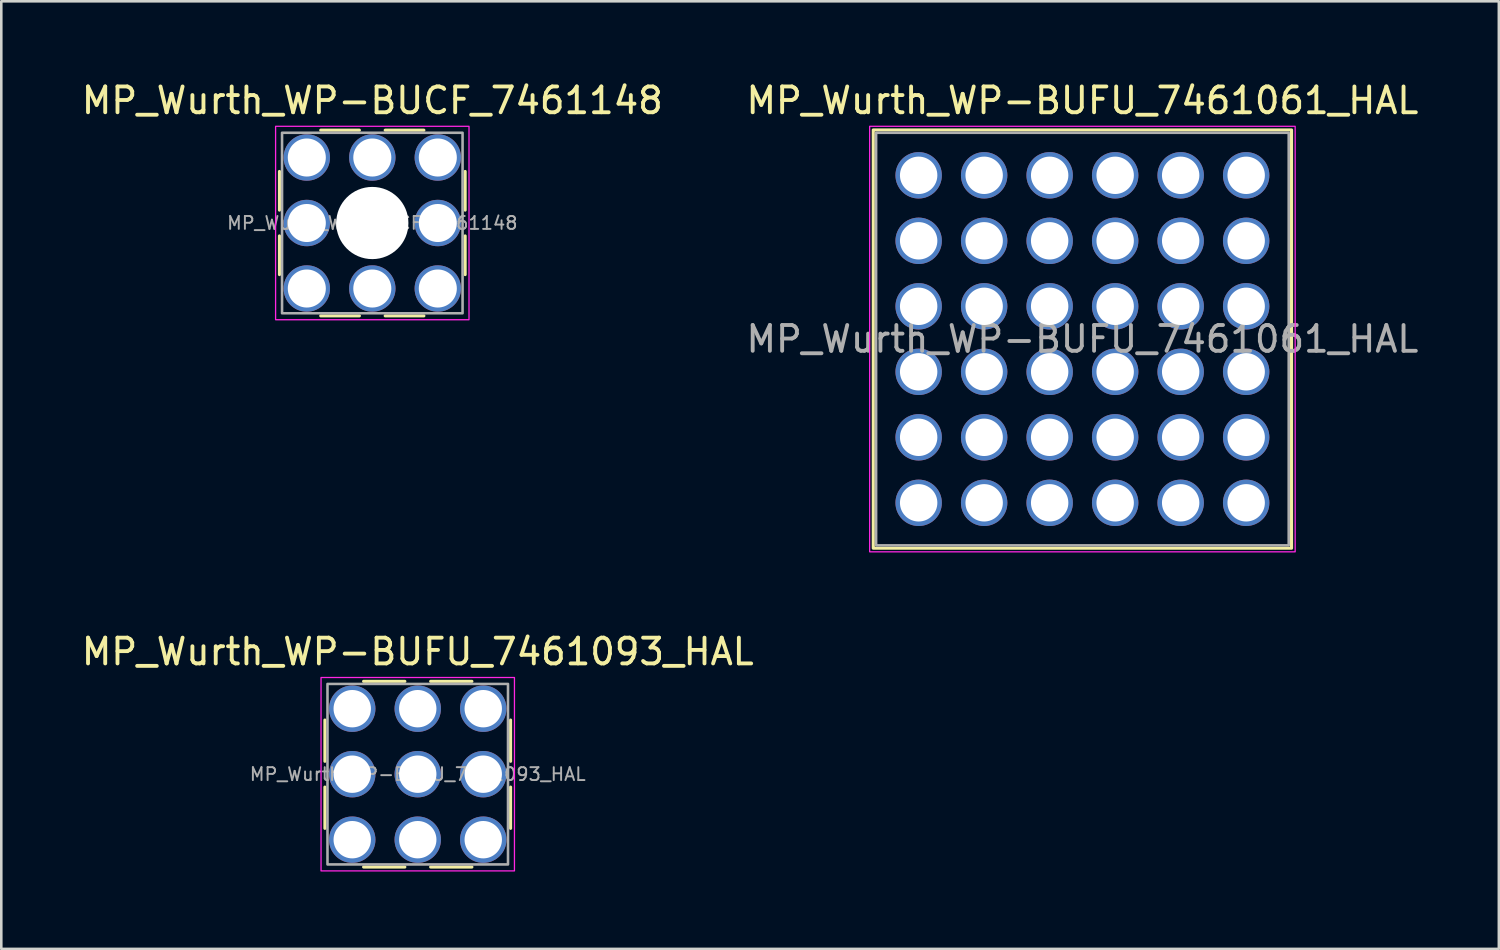
<source format=kicad_pcb>
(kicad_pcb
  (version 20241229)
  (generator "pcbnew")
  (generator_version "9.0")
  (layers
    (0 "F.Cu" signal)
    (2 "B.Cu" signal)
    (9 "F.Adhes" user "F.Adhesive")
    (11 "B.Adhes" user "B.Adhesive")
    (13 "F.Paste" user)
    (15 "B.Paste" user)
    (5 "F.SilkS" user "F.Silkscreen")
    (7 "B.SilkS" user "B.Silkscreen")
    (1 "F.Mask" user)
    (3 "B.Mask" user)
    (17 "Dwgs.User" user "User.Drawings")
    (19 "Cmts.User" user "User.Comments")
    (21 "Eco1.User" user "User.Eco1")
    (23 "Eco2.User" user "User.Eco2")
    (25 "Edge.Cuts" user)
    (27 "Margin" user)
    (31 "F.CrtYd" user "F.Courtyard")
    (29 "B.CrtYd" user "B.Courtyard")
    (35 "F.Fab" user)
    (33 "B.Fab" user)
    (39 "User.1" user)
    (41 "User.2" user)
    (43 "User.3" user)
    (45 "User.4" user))
  (footprint "MP_Wurth_WP-BUFU_7461061_HAL"
    (layer "F.Cu")
    (at 38.923 10.098)
    (property "Reference" "MP_Wurth_WP-BUFU_7461061_HAL" (at 0 -9.25 0) (unlocked yes) (layer "F.SilkS") (effects (font (size 1 1) (thickness 0.15))))
    (attr through_hole)
    (fp_rect (start -8.11 -8.11) (end 8.11 8.11) (stroke (width 0.12) (type solid)) (fill no) (layer "F.SilkS"))
    (fp_rect (start -8.25 -8.25) (end 8.25 8.25) (stroke (width 0.05) (type solid)) (fill no) (layer "F.CrtYd"))
    (fp_rect (start -8 -8) (end 8 8) (stroke (width 0.1) (type solid)) (fill no) (layer "F.Fab"))
    (fp_text user "${REFERENCE}" (at 0 0 0) (unlocked yes) (layer "F.Fab") (effects (font (size 1 1) (thickness 0.15))))
    (pad "1" thru_hole circle (at -6.35 -6.35) (size 1.8 1.8) (drill 1.45) (layers "*.Cu" "*.Mask"))
    (pad "1" thru_hole circle (at -6.35 -3.81) (size 1.8 1.8) (drill 1.45) (layers "*.Cu" "*.Mask"))
    (pad "1" thru_hole circle (at -6.35 -1.27) (size 1.8 1.8) (drill 1.45) (layers "*.Cu" "*.Mask"))
    (pad "1" thru_hole circle (at -6.35 1.27) (size 1.8 1.8) (drill 1.45) (layers "*.Cu" "*.Mask"))
    (pad "1" thru_hole circle (at -6.35 3.81) (size 1.8 1.8) (drill 1.45) (layers "*.Cu" "*.Mask"))
    (pad "1" thru_hole circle (at -6.35 6.35) (size 1.8 1.8) (drill 1.45) (layers "*.Cu" "*.Mask"))
    (pad "1" thru_hole circle (at -3.81 -6.35) (size 1.8 1.8) (drill 1.45) (layers "*.Cu" "*.Mask"))
    (pad "1" thru_hole circle (at -3.81 -3.81) (size 1.8 1.8) (drill 1.45) (layers "*.Cu" "*.Mask"))
    (pad "1" thru_hole circle (at -3.81 -1.27) (size 1.8 1.8) (drill 1.45) (layers "*.Cu" "*.Mask"))
    (pad "1" thru_hole circle (at -3.81 1.27) (size 1.8 1.8) (drill 1.45) (layers "*.Cu" "*.Mask"))
    (pad "1" thru_hole circle (at -3.81 3.81) (size 1.8 1.8) (drill 1.45) (layers "*.Cu" "*.Mask"))
    (pad "1" thru_hole circle (at -3.81 6.35) (size 1.8 1.8) (drill 1.45) (layers "*.Cu" "*.Mask"))
    (pad "1" thru_hole circle (at -1.27 -6.35) (size 1.8 1.8) (drill 1.45) (layers "*.Cu" "*.Mask"))
    (pad "1" thru_hole circle (at -1.27 -3.81) (size 1.8 1.8) (drill 1.45) (layers "*.Cu" "*.Mask"))
    (pad "1" thru_hole circle (at -1.27 -1.27) (size 1.8 1.8) (drill 1.45) (layers "*.Cu" "*.Mask"))
    (pad "1" thru_hole circle (at -1.27 1.27) (size 1.8 1.8) (drill 1.45) (layers "*.Cu" "*.Mask"))
    (pad "1" thru_hole circle (at -1.27 3.81) (size 1.8 1.8) (drill 1.45) (layers "*.Cu" "*.Mask"))
    (pad "1" thru_hole circle (at -1.27 6.35) (size 1.8 1.8) (drill 1.45) (layers "*.Cu" "*.Mask"))
    (pad "1" thru_hole circle (at 1.27 -6.35) (size 1.8 1.8) (drill 1.45) (layers "*.Cu" "*.Mask"))
    (pad "1" thru_hole circle (at 1.27 -3.81) (size 1.8 1.8) (drill 1.45) (layers "*.Cu" "*.Mask"))
    (pad "1" thru_hole circle (at 1.27 -1.27) (size 1.8 1.8) (drill 1.45) (layers "*.Cu" "*.Mask"))
    (pad "1" thru_hole circle (at 1.27 1.27) (size 1.8 1.8) (drill 1.45) (layers "*.Cu" "*.Mask"))
    (pad "1" thru_hole circle (at 1.27 3.81) (size 1.8 1.8) (drill 1.45) (layers "*.Cu" "*.Mask"))
    (pad "1" thru_hole circle (at 1.27 6.35) (size 1.8 1.8) (drill 1.45) (layers "*.Cu" "*.Mask"))
    (pad "1" thru_hole circle (at 3.81 -6.35) (size 1.8 1.8) (drill 1.45) (layers "*.Cu" "*.Mask"))
    (pad "1" thru_hole circle (at 3.81 -3.81) (size 1.8 1.8) (drill 1.45) (layers "*.Cu" "*.Mask"))
    (pad "1" thru_hole circle (at 3.81 -1.27) (size 1.8 1.8) (drill 1.45) (layers "*.Cu" "*.Mask"))
    (pad "1" thru_hole circle (at 3.81 1.27) (size 1.8 1.8) (drill 1.45) (layers "*.Cu" "*.Mask"))
    (pad "1" thru_hole circle (at 3.81 3.81) (size 1.8 1.8) (drill 1.45) (layers "*.Cu" "*.Mask"))
    (pad "1" thru_hole circle (at 3.81 6.35) (size 1.8 1.8) (drill 1.45) (layers "*.Cu" "*.Mask"))
    (pad "1" thru_hole circle (at 6.35 -6.35) (size 1.8 1.8) (drill 1.45) (layers "*.Cu" "*.Mask"))
    (pad "1" thru_hole circle (at 6.35 -3.81) (size 1.8 1.8) (drill 1.45) (layers "*.Cu" "*.Mask"))
    (pad "1" thru_hole circle (at 6.35 -1.27) (size 1.8 1.8) (drill 1.45) (layers "*.Cu" "*.Mask"))
    (pad "1" thru_hole circle (at 6.35 1.27) (size 1.8 1.8) (drill 1.45) (layers "*.Cu" "*.Mask"))
    (pad "1" thru_hole circle (at 6.35 3.81) (size 1.8 1.8) (drill 1.45) (layers "*.Cu" "*.Mask"))
    (pad "1" thru_hole circle (at 6.35 6.35) (size 1.8 1.8) (drill 1.45) (layers "*.Cu" "*.Mask")))
  (footprint "MP_Wurth_WP-BUCF_7461148"
    (layer "F.Cu")
    (at 11.387 5.598)
    (property "Reference" "MP_Wurth_WP-BUCF_7461148" (at 0 -4.75 0) (unlocked yes) (layer "F.SilkS") (effects (font (size 1 1) (thickness 0.15))))
    (attr through_hole)
    (fp_line (start -3.6 -0.5) (end -3.6 -2) (stroke (width 0.12) (type solid)) (layer "F.SilkS"))
    (fp_line (start -3.6 2) (end -3.6 0.5) (stroke (width 0.12) (type solid)) (layer "F.SilkS"))
    (fp_line (start -2 -3.6) (end -0.5 -3.6) (stroke (width 0.12) (type solid)) (layer "F.SilkS"))
    (fp_line (start -0.5 3.6) (end -2 3.6) (stroke (width 0.12) (type solid)) (layer "F.SilkS"))
    (fp_line (start 0.5 -3.6) (end 2 -3.6) (stroke (width 0.12) (type solid)) (layer "F.SilkS"))
    (fp_line (start 2 3.6) (end 0.5 3.6) (stroke (width 0.12) (type solid)) (layer "F.SilkS"))
    (fp_line (start 3.6 -2) (end 3.6 -0.5) (stroke (width 0.12) (type solid)) (layer "F.SilkS"))
    (fp_line (start 3.6 0.5) (end 3.6 2) (stroke (width 0.12) (type solid)) (layer "F.SilkS"))
    (fp_rect (start -3.75 -3.75) (end 3.75 3.75) (stroke (width 0.05) (type solid)) (fill no) (layer "F.CrtYd"))
    (fp_rect (start -3.5 -3.5) (end 3.5 3.5) (stroke (width 0.1) (type solid)) (fill no) (layer "F.Fab"))
    (fp_text user "${REFERENCE}" (at 0 0 0) (unlocked yes) (layer "F.Fab") (effects (font (size 0.5 0.5) (thickness 0.075))))
    (pad "" np_thru_hole circle (at 0 0) (size 2.8 2.8) (drill 2.8) (layers "*.Cu" "*.Mask"))
    (pad "1" thru_hole circle (at -2.54 -2.54) (size 1.8 1.8) (drill 1.475) (layers "*.Cu" "*.Mask"))
    (pad "1" thru_hole circle (at -2.54 0) (size 1.8 1.8) (drill 1.475) (layers "*.Cu" "*.Mask"))
    (pad "1" thru_hole circle (at -2.54 2.54) (size 1.8 1.8) (drill 1.475) (layers "*.Cu" "*.Mask"))
    (pad "1" thru_hole circle (at 0 -2.54) (size 1.8 1.8) (drill 1.475) (layers "*.Cu" "*.Mask"))
    (pad "1" thru_hole circle (at 0 2.54) (size 1.8 1.8) (drill 1.475) (layers "*.Cu" "*.Mask"))
    (pad "1" thru_hole circle (at 2.54 -2.54) (size 1.8 1.8) (drill 1.475) (layers "*.Cu" "*.Mask"))
    (pad "1" thru_hole circle (at 2.54 0) (size 1.8 1.8) (drill 1.475) (layers "*.Cu" "*.Mask"))
    (pad "1" thru_hole circle (at 2.54 2.54) (size 1.8 1.8) (drill 1.475) (layers "*.Cu" "*.Mask")))
  (footprint "MP_Wurth_WP-BUFU_7461093_HAL"
    (layer "F.Cu")
    (at 13.149 26.971)
    (property "Reference" "MP_Wurth_WP-BUFU_7461093_HAL" (at 0 -4.75 0) (unlocked yes) (layer "F.SilkS") (effects (font (size 1 1) (thickness 0.15))))
    (attr through_hole)
    (fp_line (start -3.6 -0.5) (end -3.6 -2.1) (stroke (width 0.12) (type solid)) (layer "F.SilkS"))
    (fp_line (start -3.6 2.1) (end -3.6 0.5) (stroke (width 0.12) (type solid)) (layer "F.SilkS"))
    (fp_line (start -2.1 -3.6) (end -0.5 -3.6) (stroke (width 0.12) (type solid)) (layer "F.SilkS"))
    (fp_line (start -0.5 3.6) (end -2.1 3.6) (stroke (width 0.12) (type solid)) (layer "F.SilkS"))
    (fp_line (start 0.5 -3.6) (end 2.1 -3.6) (stroke (width 0.12) (type solid)) (layer "F.SilkS"))
    (fp_line (start 2.1 3.6) (end 0.5 3.6) (stroke (width 0.12) (type solid)) (layer "F.SilkS"))
    (fp_line (start 3.6 -2.1) (end 3.6 -0.5) (stroke (width 0.12) (type solid)) (layer "F.SilkS"))
    (fp_line (start 3.6 0.5) (end 3.6 2.1) (stroke (width 0.12) (type solid)) (layer "F.SilkS"))
    (fp_rect (start -3.75 -3.75) (end 3.75 3.75) (stroke (width 0.05) (type solid)) (fill no) (layer "F.CrtYd"))
    (fp_rect (start -3.5 -3.5) (end 3.5 3.5) (stroke (width 0.1) (type solid)) (fill no) (layer "F.Fab"))
    (fp_text user "${REFERENCE}" (at 0 0 0) (unlocked yes) (layer "F.Fab") (effects (font (size 0.5 0.5) (thickness 0.075))))
    (pad "1" thru_hole circle (at -2.54 -2.54) (size 1.8 1.8) (drill 1.45) (layers "*.Cu" "*.Mask"))
    (pad "1" thru_hole circle (at -2.54 0) (size 1.8 1.8) (drill 1.45) (layers "*.Cu" "*.Mask"))
    (pad "1" thru_hole circle (at -2.54 2.54) (size 1.8 1.8) (drill 1.45) (layers "*.Cu" "*.Mask"))
    (pad "1" thru_hole circle (at 0 -2.54) (size 1.8 1.8) (drill 1.45) (layers "*.Cu" "*.Mask"))
    (pad "1" thru_hole circle (at 0 0) (size 1.8 1.8) (drill 1.45) (layers "*.Cu" "*.Mask"))
    (pad "1" thru_hole circle (at 0 2.54) (size 1.8 1.8) (drill 1.45) (layers "*.Cu" "*.Mask"))
    (pad "1" thru_hole circle (at 2.54 -2.54) (size 1.8 1.8) (drill 1.45) (layers "*.Cu" "*.Mask"))
    (pad "1" thru_hole circle (at 2.54 0) (size 1.8 1.8) (drill 1.45) (layers "*.Cu" "*.Mask"))
    (pad "1" thru_hole circle (at 2.54 2.54) (size 1.8 1.8) (drill 1.45) (layers "*.Cu" "*.Mask")))
  (gr_rect
    (start -3 -3)
    (end 55.071 33.746)
    (stroke (width 0.1) (type default))
    (fill no)
    (layer "Edge.Cuts")))
</source>
